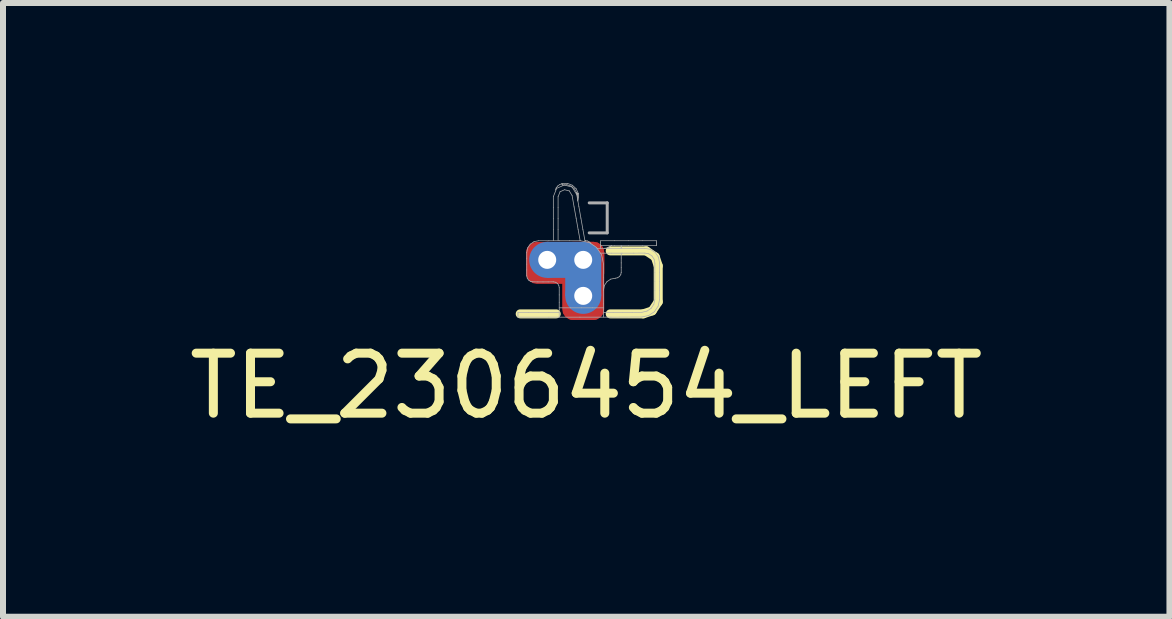
<source format=kicad_pcb>
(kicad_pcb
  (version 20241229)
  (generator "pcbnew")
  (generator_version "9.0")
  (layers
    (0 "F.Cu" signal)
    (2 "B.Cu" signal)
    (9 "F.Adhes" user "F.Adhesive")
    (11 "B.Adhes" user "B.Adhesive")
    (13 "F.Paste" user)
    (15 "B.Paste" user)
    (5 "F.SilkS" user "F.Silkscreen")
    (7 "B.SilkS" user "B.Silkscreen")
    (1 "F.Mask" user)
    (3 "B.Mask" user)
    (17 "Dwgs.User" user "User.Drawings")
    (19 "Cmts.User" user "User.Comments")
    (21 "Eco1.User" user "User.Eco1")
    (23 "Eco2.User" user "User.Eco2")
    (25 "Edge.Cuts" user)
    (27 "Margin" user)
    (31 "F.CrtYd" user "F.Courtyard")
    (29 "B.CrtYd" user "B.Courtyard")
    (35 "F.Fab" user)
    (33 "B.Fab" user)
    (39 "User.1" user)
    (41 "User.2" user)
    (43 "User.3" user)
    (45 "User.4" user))
  (footprint "TE_2306454_LEFT"
    (layer "F.Cu")
    (at 6.67 1.431)
    (property "Reference" "TE_2306454_LEFT" (at 0.05 1.95 0) (layer "F.SilkS") (effects (font (size 1 1) (thickness 0.15))))
    (attr through_hole)
    (fp_line (start -1.05 0.75) (end -0.45 0.75) (stroke (width 0.15) (type solid)) (layer "F.SilkS"))
    (fp_line (start 0.45 0.75) (end 1 0.75) (stroke (width 0.15) (type solid)) (layer "F.SilkS"))
    (fp_line (start 1 0.75) (end 1.15 0.7) (stroke (width 0.15) (type solid)) (layer "F.SilkS"))
    (fp_line (start 1.05 -0.3) (end 0.45 -0.3) (stroke (width 0.15) (type solid)) (layer "F.SilkS"))
    (fp_line (start 1.15 0.7) (end 1.25 0.55) (stroke (width 0.15) (type solid)) (layer "F.SilkS"))
    (fp_line (start 1.2 -0.2) (end 1.05 -0.3) (stroke (width 0.15) (type solid)) (layer "F.SilkS"))
    (fp_line (start 1.25 -0.05) (end 1.2 -0.2) (stroke (width 0.15) (type solid)) (layer "F.SilkS"))
    (fp_line (start 1.25 0.55) (end 1.25 -0.05) (stroke (width 0.15) (type solid)) (layer "F.SilkS"))
    (fp_line (start -1.088 0.8) (end -1.088 0.78) (stroke (width 0.012) (type solid)) (layer "F.Fab"))
    (fp_line (start -1.088 0.741) (end -1.088 0.722) (stroke (width 0.012) (type solid)) (layer "F.Fab"))
    (fp_line (start -1.088 0.761) (end -1.088 0.741) (stroke (width 0.012) (type solid)) (layer "F.Fab"))
    (fp_line (start -1.088 0.78) (end -1.088 0.761) (stroke (width 0.012) (type solid)) (layer "F.Fab"))
    (fp_line (start -0.941 -0.274) (end -0.925 -0.35) (stroke (width 0.012) (type solid)) (layer "F.Fab"))
    (fp_line (start -0.941 -0.177) (end -0.941 -0.275) (stroke (width 0.012) (type solid)) (layer "F.Fab"))
    (fp_line (start -0.941 -0.079) (end -0.941 -0.177) (stroke (width 0.012) (type solid)) (layer "F.Fab"))
    (fp_line (start -0.941 0.116) (end -0.941 0.018) (stroke (width 0.012) (type solid)) (layer "F.Fab"))
    (fp_line (start -0.941 0.018) (end -0.941 -0.079) (stroke (width 0.012) (type solid)) (layer "F.Fab"))
    (fp_line (start -0.933 0.155) (end -0.941 0.116) (stroke (width 0.012) (type solid)) (layer "F.Fab"))
    (fp_line (start -0.925 -0.35) (end -0.883 -0.412) (stroke (width 0.012) (type solid)) (layer "F.Fab"))
    (fp_line (start -0.916 0.727) (end -1.088 0.727) (stroke (width 0.012) (type solid)) (layer "F.Fab"))
    (fp_line (start -0.912 0.186) (end -0.933 0.155) (stroke (width 0.012) (type solid)) (layer "F.Fab"))
    (fp_line (start -0.883 -0.412) (end -0.82 -0.454) (stroke (width 0.012) (type solid)) (layer "F.Fab"))
    (fp_line (start -0.88 0.207) (end -0.912 0.186) (stroke (width 0.012) (type solid)) (layer "F.Fab"))
    (fp_line (start -0.842 0.216) (end -0.88 0.207) (stroke (width 0.012) (type solid)) (layer "F.Fab"))
    (fp_line (start -0.82 -0.454) (end -0.744 -0.469) (stroke (width 0.012) (type solid)) (layer "F.Fab"))
    (fp_line (start -0.756 0.217) (end -0.842 0.216) (stroke (width 0.012) (type solid)) (layer "F.Fab"))
    (fp_line (start -0.744 -0.469) (end -0.572 -0.469) (stroke (width 0.012) (type solid)) (layer "F.Fab"))
    (fp_line (start -0.744 0.727) (end -0.916 0.727) (stroke (width 0.012) (type solid)) (layer "F.Fab"))
    (fp_line (start -0.67 0.217) (end -0.756 0.217) (stroke (width 0.012) (type solid)) (layer "F.Fab"))
    (fp_line (start -0.584 0.217) (end -0.67 0.217) (stroke (width 0.012) (type solid)) (layer "F.Fab"))
    (fp_line (start -0.572 -0.469) (end -0.4 -0.469) (stroke (width 0.012) (type solid)) (layer "F.Fab"))
    (fp_line (start -0.572 0.727) (end -0.744 0.727) (stroke (width 0.012) (type solid)) (layer "F.Fab"))
    (fp_line (start -0.572 0.805) (end -1.088 0.805) (stroke (width 0.012) (type solid)) (layer "F.Fab"))
    (fp_line (start -0.498 -1.203) (end -0.443 -1.342) (stroke (width 0.012) (type solid)) (layer "F.Fab"))
    (fp_line (start -0.498 0.216) (end -0.584 0.217) (stroke (width 0.012) (type solid)) (layer "F.Fab"))
    (fp_line (start -0.498 -1.02) (end -0.498 -1.203) (stroke (width 0.012) (type solid)) (layer "F.Fab"))
    (fp_line (start -0.498 -0.837) (end -0.498 -1.02) (stroke (width 0.012) (type solid)) (layer "F.Fab"))
    (fp_line (start -0.498 -0.653) (end -0.498 -0.837) (stroke (width 0.012) (type solid)) (layer "F.Fab"))
    (fp_line (start -0.498 -0.47) (end -0.498 -0.653) (stroke (width 0.012) (type solid)) (layer "F.Fab"))
    (fp_line (start -0.466 -1.313) (end -0.45 -1.35) (stroke (width 0.012) (type solid)) (layer "F.Fab"))
    (fp_line (start -0.46 0.223) (end -0.498 0.216) (stroke (width 0.012) (type solid)) (layer "F.Fab"))
    (fp_line (start -0.45 -1.35) (end -0.425 -1.381) (stroke (width 0.012) (type solid)) (layer "F.Fab"))
    (fp_line (start -0.443 -1.342) (end -0.318 -1.397) (stroke (width 0.012) (type solid)) (layer "F.Fab"))
    (fp_line (start -0.428 0.244) (end -0.46 0.223) (stroke (width 0.012) (type solid)) (layer "F.Fab"))
    (fp_line (start -0.425 -1.381) (end -0.392 -1.405) (stroke (width 0.012) (type solid)) (layer "F.Fab"))
    (fp_line (start -0.419 -1.202) (end -0.419 -1.02) (stroke (width 0.012) (type solid)) (layer "F.Fab"))
    (fp_line (start -0.419 -1.02) (end -0.419 -0.837) (stroke (width 0.012) (type solid)) (layer "F.Fab"))
    (fp_line (start -0.419 -0.837) (end -0.419 -0.653) (stroke (width 0.012) (type solid)) (layer "F.Fab"))
    (fp_line (start -0.419 -0.653) (end -0.419 -0.47) (stroke (width 0.012) (type solid)) (layer "F.Fab"))
    (fp_line (start -0.407 0.275) (end -0.428 0.244) (stroke (width 0.012) (type solid)) (layer "F.Fab"))
    (fp_line (start -0.4 0.649) (end -0.215 0.649) (stroke (width 0.012) (type solid)) (layer "F.Fab"))
    (fp_line (start -0.4 -0.469) (end -0.227 -0.469) (stroke (width 0.012) (type solid)) (layer "F.Fab"))
    (fp_line (start -0.4 0.8) (end -0.4 0.678) (stroke (width 0.012) (type solid)) (layer "F.Fab"))
    (fp_line (start -0.4 0.727) (end -0.572 0.727) (stroke (width 0.012) (type solid)) (layer "F.Fab"))
    (fp_line (start -0.4 0.312) (end -0.407 0.275) (stroke (width 0.012) (type solid)) (layer "F.Fab"))
    (fp_line (start -0.4 0.434) (end -0.4 0.312) (stroke (width 0.012) (type solid)) (layer "F.Fab"))
    (fp_line (start -0.4 0.556) (end -0.4 0.434) (stroke (width 0.012) (type solid)) (layer "F.Fab"))
    (fp_line (start -0.4 0.678) (end -0.4 0.556) (stroke (width 0.012) (type solid)) (layer "F.Fab"))
    (fp_line (start -0.392 -1.405) (end -0.354 -1.42) (stroke (width 0.012) (type solid)) (layer "F.Fab"))
    (fp_line (start -0.386 -1.285) (end -0.419 -1.202) (stroke (width 0.012) (type solid)) (layer "F.Fab"))
    (fp_line (start -0.354 -1.42) (end -0.353 -1.414) (stroke (width 0.012) (type solid)) (layer "F.Fab"))
    (fp_line (start -0.354 -1.422) (end -0.263 -1.425) (stroke (width 0.012) (type solid)) (layer "F.Fab"))
    (fp_line (start -0.353 -1.414) (end -0.352 -1.408) (stroke (width 0.012) (type solid)) (layer "F.Fab"))
    (fp_line (start -0.352 -1.408) (end -0.35 -1.402) (stroke (width 0.012) (type solid)) (layer "F.Fab"))
    (fp_line (start -0.35 -1.402) (end -0.349 -1.397) (stroke (width 0.012) (type solid)) (layer "F.Fab"))
    (fp_line (start -0.349 -1.399) (end -0.272 -1.402) (stroke (width 0.012) (type solid)) (layer "F.Fab"))
    (fp_line (start -0.318 -1.397) (end -0.186 -1.364) (stroke (width 0.012) (type solid)) (layer "F.Fab"))
    (fp_line (start -0.311 -1.319) (end -0.386 -1.285) (stroke (width 0.012) (type solid)) (layer "F.Fab"))
    (fp_line (start -0.272 -1.402) (end -0.202 -1.379) (stroke (width 0.012) (type solid)) (layer "F.Fab"))
    (fp_line (start -0.263 -1.425) (end -0.182 -1.394) (stroke (width 0.012) (type solid)) (layer "F.Fab"))
    (fp_line (start -0.232 -1.299) (end -0.311 -1.319) (stroke (width 0.012) (type solid)) (layer "F.Fab"))
    (fp_line (start -0.227 -0.469) (end -0.055 -0.469) (stroke (width 0.012) (type solid)) (layer "F.Fab"))
    (fp_line (start -0.215 0.649) (end -0.031 0.649) (stroke (width 0.012) (type solid)) (layer "F.Fab"))
    (fp_line (start -0.202 -1.379) (end -0.145 -1.332) (stroke (width 0.012) (type solid)) (layer "F.Fab"))
    (fp_line (start -0.186 -1.364) (end -0.107 -1.236) (stroke (width 0.012) (type solid)) (layer "F.Fab"))
    (fp_line (start -0.185 -1.221) (end -0.232 -1.299) (stroke (width 0.012) (type solid)) (layer "F.Fab"))
    (fp_line (start -0.182 -1.394) (end -0.118 -1.335) (stroke (width 0.012) (type solid)) (layer "F.Fab"))
    (fp_line (start -0.152 -1.032) (end -0.185 -1.221) (stroke (width 0.012) (type solid)) (layer "F.Fab"))
    (fp_line (start -0.145 -1.332) (end -0.108 -1.265) (stroke (width 0.012) (type solid)) (layer "F.Fab"))
    (fp_line (start -0.118 -0.844) (end -0.152 -1.032) (stroke (width 0.012) (type solid)) (layer "F.Fab"))
    (fp_line (start -0.118 -1.335) (end -0.08 -1.253) (stroke (width 0.012) (type solid)) (layer "F.Fab"))
    (fp_line (start -0.107 -1.234) (end -0.073 -1.041) (stroke (width 0.012) (type solid)) (layer "F.Fab"))
    (fp_line (start -0.107 -1.266) (end -0.107 -1.265) (stroke (width 0.012) (type solid)) (layer "F.Fab"))
    (fp_line (start -0.107 -1.265) (end -0.106 -1.265) (stroke (width 0.012) (type solid)) (layer "F.Fab"))
    (fp_line (start -0.106 -1.265) (end -0.106 -1.264) (stroke (width 0.012) (type solid)) (layer "F.Fab"))
    (fp_line (start -0.106 -1.264) (end -0.106 -1.264) (stroke (width 0.012) (type solid)) (layer "F.Fab"))
    (fp_line (start -0.106 -1.263) (end -0.105 -1.261) (stroke (width 0.012) (type solid)) (layer "F.Fab"))
    (fp_line (start -0.105 -1.261) (end -0.105 -1.259) (stroke (width 0.012) (type solid)) (layer "F.Fab"))
    (fp_line (start -0.105 -1.259) (end -0.104 -1.257) (stroke (width 0.012) (type solid)) (layer "F.Fab"))
    (fp_line (start -0.104 -1.257) (end -0.104 -1.255) (stroke (width 0.012) (type solid)) (layer "F.Fab"))
    (fp_line (start -0.104 -1.255) (end -0.103 -1.252) (stroke (width 0.012) (type solid)) (layer "F.Fab"))
    (fp_line (start -0.103 -1.252) (end -0.102 -1.249) (stroke (width 0.012) (type solid)) (layer "F.Fab"))
    (fp_line (start -0.102 -1.249) (end -0.102 -1.246) (stroke (width 0.012) (type solid)) (layer "F.Fab"))
    (fp_line (start -0.102 -1.246) (end -0.101 -1.243) (stroke (width 0.012) (type solid)) (layer "F.Fab"))
    (fp_line (start -0.101 -1.241) (end -0.101 -1.242) (stroke (width 0.012) (type solid)) (layer "F.Fab"))
    (fp_line (start -0.101 -1.24) (end -0.101 -1.241) (stroke (width 0.012) (type solid)) (layer "F.Fab"))
    (fp_line (start -0.101 -1.239) (end -0.101 -1.24) (stroke (width 0.012) (type solid)) (layer "F.Fab"))
    (fp_line (start -0.1 -1.238) (end -0.101 -1.239) (stroke (width 0.012) (type solid)) (layer "F.Fab"))
    (fp_line (start -0.1 -1.258) (end -0.107 -1.261) (stroke (width 0.012) (type solid)) (layer "F.Fab"))
    (fp_line (start -0.1 -1.233) (end -0.1 -1.236) (stroke (width 0.012) (type solid)) (layer "F.Fab"))
    (fp_line (start -0.099 -1.23) (end -0.1 -1.233) (stroke (width 0.012) (type solid)) (layer "F.Fab"))
    (fp_line (start -0.099 -1.227) (end -0.099 -1.23) (stroke (width 0.012) (type solid)) (layer "F.Fab"))
    (fp_line (start -0.098 -1.224) (end -0.099 -1.227) (stroke (width 0.012) (type solid)) (layer "F.Fab"))
    (fp_line (start -0.095 -1.207) (end -0.098 -1.222) (stroke (width 0.012) (type solid)) (layer "F.Fab"))
    (fp_line (start -0.094 -1.255) (end -0.1 -1.258) (stroke (width 0.012) (type solid)) (layer "F.Fab"))
    (fp_line (start -0.093 -1.191) (end -0.095 -1.207) (stroke (width 0.012) (type solid)) (layer "F.Fab"))
    (fp_line (start -0.09 -1.175) (end -0.093 -1.191) (stroke (width 0.012) (type solid)) (layer "F.Fab"))
    (fp_line (start -0.09 -1.145) (end -0.089 -1.153) (stroke (width 0.012) (type solid)) (layer "F.Fab"))
    (fp_line (start -0.09 -1.137) (end -0.09 -1.145) (stroke (width 0.012) (type solid)) (layer "F.Fab"))
    (fp_line (start -0.089 -1.153) (end -0.087 -1.161) (stroke (width 0.012) (type solid)) (layer "F.Fab"))
    (fp_line (start -0.089 -1.129) (end -0.09 -1.137) (stroke (width 0.012) (type solid)) (layer "F.Fab"))
    (fp_line (start -0.087 -1.16) (end -0.09 -1.175) (stroke (width 0.012) (type solid)) (layer "F.Fab"))
    (fp_line (start -0.087 -1.252) (end -0.094 -1.255) (stroke (width 0.012) (type solid)) (layer "F.Fab"))
    (fp_line (start -0.085 -0.656) (end -0.118 -0.844) (stroke (width 0.012) (type solid)) (layer "F.Fab"))
    (fp_line (start -0.082 -1.185) (end -0.087 -1.162) (stroke (width 0.012) (type solid)) (layer "F.Fab"))
    (fp_line (start -0.08 -1.249) (end -0.087 -1.252) (stroke (width 0.012) (type solid)) (layer "F.Fab"))
    (fp_line (start -0.08 -1.253) (end -0.079 -1.23) (stroke (width 0.012) (type solid)) (layer "F.Fab"))
    (fp_line (start -0.079 -1.207) (end -0.082 -1.185) (stroke (width 0.012) (type solid)) (layer "F.Fab"))
    (fp_line (start -0.079 -1.23) (end -0.079 -1.207) (stroke (width 0.012) (type solid)) (layer "F.Fab"))
    (fp_line (start -0.073 -1.041) (end -0.039 -0.847) (stroke (width 0.012) (type solid)) (layer "F.Fab"))
    (fp_line (start -0.055 0.805) (end -0.572 0.805) (stroke (width 0.012) (type solid)) (layer "F.Fab"))
    (fp_line (start -0.055 -0.471) (end 0.098 -0.44) (stroke (width 0.012) (type solid)) (layer "F.Fab"))
    (fp_line (start -0.051 -0.468) (end -0.085 -0.656) (stroke (width 0.012) (type solid)) (layer "F.Fab"))
    (fp_line (start -0.039 -0.847) (end -0.005 -0.654) (stroke (width 0.012) (type solid)) (layer "F.Fab"))
    (fp_line (start -0.031 0.649) (end 0.154 0.649) (stroke (width 0.012) (type solid)) (layer "F.Fab"))
    (fp_line (start -0.005 -0.654) (end 0.03 -0.461) (stroke (width 0.012) (type solid)) (layer "F.Fab"))
    (fp_line (start 0.033 -0.469) (end 0.03 -0.469) (stroke (width 0.012) (type solid)) (layer "F.Fab"))
    (fp_line (start 0.036 -0.469) (end 0.033 -0.469) (stroke (width 0.012) (type solid)) (layer "F.Fab"))
    (fp_line (start 0.04 -0.469) (end 0.036 -0.469) (stroke (width 0.012) (type solid)) (layer "F.Fab"))
    (fp_line (start 0.043 -0.469) (end 0.069 -0.466) (stroke (width 0.012) (type solid)) (layer "F.Fab"))
    (fp_line (start 0.043 -0.469) (end 0.04 -0.469) (stroke (width 0.012) (type solid)) (layer "F.Fab"))
    (fp_line (start 0.069 -0.466) (end 0.093 -0.456) (stroke (width 0.012) (type solid)) (layer "F.Fab"))
    (fp_line (start 0.093 -0.456) (end 0.113 -0.44) (stroke (width 0.012) (type solid)) (layer "F.Fab"))
    (fp_line (start 0.098 -0.44) (end 0.223 -0.356) (stroke (width 0.012) (type solid)) (layer "F.Fab"))
    (fp_line (start 0.1 -1.1) (end 0.4 -1.1) (stroke (width 0.05) (type solid)) (layer "F.Fab"))
    (fp_line (start 0.1 -0.6) (end 0.4 -0.6) (stroke (width 0.05) (type solid)) (layer "F.Fab"))
    (fp_line (start 0.113 -0.44) (end 0.129 -0.419) (stroke (width 0.012) (type solid)) (layer "F.Fab"))
    (fp_line (start 0.154 0.649) (end 0.338 0.649) (stroke (width 0.012) (type solid)) (layer "F.Fab"))
    (fp_line (start 0.223 -0.356) (end 0.307 -0.232) (stroke (width 0.012) (type solid)) (layer "F.Fab"))
    (fp_line (start 0.229 -0.34) (end 0.428 -0.34) (stroke (width 0.012) (type solid)) (layer "F.Fab"))
    (fp_line (start 0.286 -0.262) (end 0.471 -0.262) (stroke (width 0.012) (type solid)) (layer "F.Fab"))
    (fp_line (start 0.289 -0.435) (end 0.289 -0.467) (stroke (width 0.012) (type solid)) (layer "F.Fab"))
    (fp_line (start 0.289 -0.404) (end 0.289 -0.435) (stroke (width 0.012) (type solid)) (layer "F.Fab"))
    (fp_line (start 0.289 -0.372) (end 0.289 -0.404) (stroke (width 0.012) (type solid)) (layer "F.Fab"))
    (fp_line (start 0.289 -0.34) (end 0.289 -0.372) (stroke (width 0.012) (type solid)) (layer "F.Fab"))
    (fp_line (start 0.307 -0.232) (end 0.338 -0.08) (stroke (width 0.012) (type solid)) (layer "F.Fab"))
    (fp_line (start 0.338 0.803) (end 0.338 0.583) (stroke (width 0.012) (type solid)) (layer "F.Fab"))
    (fp_line (start 0.338 0.351) (end 0.354 0.275) (stroke (width 0.012) (type solid)) (layer "F.Fab"))
    (fp_line (start 0.338 0.143) (end 0.338 -0.076) (stroke (width 0.012) (type solid)) (layer "F.Fab"))
    (fp_line (start 0.338 0.363) (end 0.338 0.143) (stroke (width 0.012) (type solid)) (layer "F.Fab"))
    (fp_line (start 0.338 0.583) (end 0.338 0.363) (stroke (width 0.012) (type solid)) (layer "F.Fab"))
    (fp_line (start 0.354 0.275) (end 0.396 0.213) (stroke (width 0.012) (type solid)) (layer "F.Fab"))
    (fp_line (start 0.385 -0.346) (end 0.351 -0.343) (stroke (width 0.012) (type solid)) (layer "F.Fab"))
    (fp_line (start 0.396 0.213) (end 0.458 0.171) (stroke (width 0.012) (type solid)) (layer "F.Fab"))
    (fp_line (start 0.4 -1.1) (end 0.4 -0.6) (stroke (width 0.05) (type solid)) (layer "F.Fab"))
    (fp_line (start 0.417 -0.355) (end 0.385 -0.346) (stroke (width 0.012) (type solid)) (layer "F.Fab"))
    (fp_line (start 0.428 -0.34) (end 0.628 -0.34) (stroke (width 0.012) (type solid)) (layer "F.Fab"))
    (fp_line (start 0.447 -0.37) (end 0.417 -0.355) (stroke (width 0.012) (type solid)) (layer "F.Fab"))
    (fp_line (start 0.458 0.171) (end 0.535 0.156) (stroke (width 0.012) (type solid)) (layer "F.Fab"))
    (fp_line (start 0.461 0.805) (end -0.055 0.805) (stroke (width 0.012) (type solid)) (layer "F.Fab"))
    (fp_line (start 0.471 -0.262) (end 0.656 -0.262) (stroke (width 0.012) (type solid)) (layer "F.Fab"))
    (fp_line (start 0.474 -0.391) (end 0.447 -0.37) (stroke (width 0.012) (type solid)) (layer "F.Fab"))
    (fp_line (start 0.498 0.727) (end 0.338 0.727) (stroke (width 0.012) (type solid)) (layer "F.Fab"))
    (fp_line (start 0.523 -0.469) (end 0.289 -0.469) (stroke (width 0.012) (type solid)) (layer "F.Fab"))
    (fp_line (start 0.523 -0.389) (end 0.289 -0.389) (stroke (width 0.012) (type solid)) (layer "F.Fab"))
    (fp_line (start 0.573 0.148) (end 0.535 0.156) (stroke (width 0.012) (type solid)) (layer "F.Fab"))
    (fp_line (start 0.604 0.127) (end 0.573 0.148) (stroke (width 0.012) (type solid)) (layer "F.Fab"))
    (fp_line (start 0.626 0.096) (end 0.604 0.127) (stroke (width 0.012) (type solid)) (layer "F.Fab"))
    (fp_line (start 0.628 -0.34) (end 0.827 -0.34) (stroke (width 0.012) (type solid)) (layer "F.Fab"))
    (fp_line (start 0.633 0.058) (end 0.626 0.096) (stroke (width 0.012) (type solid)) (layer "F.Fab"))
    (fp_line (start 0.633 -0.377) (end 0.633 -0.389) (stroke (width 0.012) (type solid)) (layer "F.Fab"))
    (fp_line (start 0.633 -0.364) (end 0.633 -0.377) (stroke (width 0.012) (type solid)) (layer "F.Fab"))
    (fp_line (start 0.633 -0.352) (end 0.633 -0.364) (stroke (width 0.012) (type solid)) (layer "F.Fab"))
    (fp_line (start 0.633 -0.181) (end 0.633 -0.262) (stroke (width 0.012) (type solid)) (layer "F.Fab"))
    (fp_line (start 0.633 -0.1) (end 0.633 -0.181) (stroke (width 0.012) (type solid)) (layer "F.Fab"))
    (fp_line (start 0.633 -0.02) (end 0.633 -0.1) (stroke (width 0.012) (type solid)) (layer "F.Fab"))
    (fp_line (start 0.633 0.061) (end 0.633 -0.02) (stroke (width 0.012) (type solid)) (layer "F.Fab"))
    (fp_line (start 0.633 -0.34) (end 0.633 -0.352) (stroke (width 0.012) (type solid)) (layer "F.Fab"))
    (fp_line (start 0.656 -0.262) (end 0.841 -0.262) (stroke (width 0.012) (type solid)) (layer "F.Fab"))
    (fp_line (start 0.658 0.727) (end 0.498 0.727) (stroke (width 0.012) (type solid)) (layer "F.Fab"))
    (fp_line (start 0.756 -0.469) (end 0.523 -0.469) (stroke (width 0.012) (type solid)) (layer "F.Fab"))
    (fp_line (start 0.756 -0.389) (end 0.523 -0.389) (stroke (width 0.012) (type solid)) (layer "F.Fab"))
    (fp_line (start 0.818 0.727) (end 0.658 0.727) (stroke (width 0.012) (type solid)) (layer "F.Fab"))
    (fp_line (start 0.827 -0.34) (end 1.027 -0.342) (stroke (width 0.012) (type solid)) (layer "F.Fab"))
    (fp_line (start 0.841 -0.262) (end 1.027 -0.263) (stroke (width 0.012) (type solid)) (layer "F.Fab"))
    (fp_line (start 0.978 0.802) (end 0.461 0.805) (stroke (width 0.012) (type solid)) (layer "F.Fab"))
    (fp_line (start 0.978 0.724) (end 0.818 0.727) (stroke (width 0.012) (type solid)) (layer "F.Fab"))
    (fp_line (start 0.99 -0.469) (end 0.756 -0.469) (stroke (width 0.012) (type solid)) (layer "F.Fab"))
    (fp_line (start 0.99 -0.389) (end 0.756 -0.389) (stroke (width 0.012) (type solid)) (layer "F.Fab"))
    (fp_line (start 1.027 -0.263) (end 1.092 -0.251) (stroke (width 0.012) (type solid)) (layer "F.Fab"))
    (fp_line (start 1.027 -0.342) (end 1.123 -0.325) (stroke (width 0.012) (type solid)) (layer "F.Fab"))
    (fp_line (start 1.062 0.704) (end 0.978 0.724) (stroke (width 0.012) (type solid)) (layer "F.Fab"))
    (fp_line (start 1.092 -0.251) (end 1.145 -0.215) (stroke (width 0.012) (type solid)) (layer "F.Fab"))
    (fp_line (start 1.092 0.776) (end 0.978 0.802) (stroke (width 0.012) (type solid)) (layer "F.Fab"))
    (fp_line (start 1.123 -0.325) (end 1.201 -0.272) (stroke (width 0.012) (type solid)) (layer "F.Fab"))
    (fp_line (start 1.131 0.658) (end 1.062 0.704) (stroke (width 0.012) (type solid)) (layer "F.Fab"))
    (fp_line (start 1.145 -0.215) (end 1.181 -0.162) (stroke (width 0.012) (type solid)) (layer "F.Fab"))
    (fp_line (start 1.177 0.59) (end 1.131 0.658) (stroke (width 0.012) (type solid)) (layer "F.Fab"))
    (fp_line (start 1.181 -0.162) (end 1.194 -0.096) (stroke (width 0.012) (type solid)) (layer "F.Fab"))
    (fp_line (start 1.186 0.714) (end 1.092 0.776) (stroke (width 0.012) (type solid)) (layer "F.Fab"))
    (fp_line (start 1.194 0.058) (end 1.194 0.209) (stroke (width 0.012) (type solid)) (layer "F.Fab"))
    (fp_line (start 1.194 -0.096) (end 1.194 0.058) (stroke (width 0.012) (type solid)) (layer "F.Fab"))
    (fp_line (start 1.194 0.209) (end 1.194 0.36) (stroke (width 0.012) (type solid)) (layer "F.Fab"))
    (fp_line (start 1.194 0.36) (end 1.194 0.509) (stroke (width 0.012) (type solid)) (layer "F.Fab"))
    (fp_line (start 1.194 0.509) (end 1.177 0.59) (stroke (width 0.012) (type solid)) (layer "F.Fab"))
    (fp_line (start 1.201 -0.272) (end 1.253 -0.195) (stroke (width 0.012) (type solid)) (layer "F.Fab"))
    (fp_line (start 1.223 -0.389) (end 0.99 -0.389) (stroke (width 0.012) (type solid)) (layer "F.Fab"))
    (fp_line (start 1.223 -0.469) (end 0.99 -0.469) (stroke (width 0.012) (type solid)) (layer "F.Fab"))
    (fp_line (start 1.223 -0.465) (end 1.223 -0.446) (stroke (width 0.012) (type solid)) (layer "F.Fab"))
    (fp_line (start 1.223 -0.446) (end 1.223 -0.426) (stroke (width 0.012) (type solid)) (layer "F.Fab"))
    (fp_line (start 1.223 -0.426) (end 1.223 -0.406) (stroke (width 0.012) (type solid)) (layer "F.Fab"))
    (fp_line (start 1.223 -0.406) (end 1.223 -0.387) (stroke (width 0.012) (type solid)) (layer "F.Fab"))
    (fp_line (start 1.249 0.62) (end 1.186 0.714) (stroke (width 0.012) (type solid)) (layer "F.Fab"))
    (fp_line (start 1.253 -0.195) (end 1.273 -0.097) (stroke (width 0.012) (type solid)) (layer "F.Fab"))
    (fp_line (start 1.273 0.209) (end 1.273 0.36) (stroke (width 0.012) (type solid)) (layer "F.Fab"))
    (fp_line (start 1.273 0.36) (end 1.273 0.509) (stroke (width 0.012) (type solid)) (layer "F.Fab"))
    (fp_line (start 1.273 0.509) (end 1.249 0.62) (stroke (width 0.012) (type solid)) (layer "F.Fab"))
    (fp_line (start 1.273 0.057) (end 1.273 0.209) (stroke (width 0.012) (type solid)) (layer "F.Fab"))
    (fp_line (start 1.273 -0.097) (end 1.273 0.057) (stroke (width 0.012) (type solid)) (layer "F.Fab"))
    (pad "1" smd roundrect (at -0.85 -0.1) (size 0.2 0.5) (layers "F.Cu" "F.Mask" "F.Paste") (roundrect_rratio 0.25))
    (pad "1" thru_hole circle (at -0.6 -0.15) (size 0.6 0.6) (drill 0.3) (layers "*.Cu" "*.Mask"))
    (pad "1" smd rect (at -0.3 -0.15) (size 0.6 0.6) (layers "B.Cu"))
    (pad "1" smd roundrect (at -0.3 -0.1) (size 1.3 0.7) (layers "F.Cu" "F.Mask" "F.Paste") (roundrect_rratio 0.25))
    (pad "1" thru_hole circle (at 0 -0.15) (size 0.6 0.6) (drill 0.3) (layers "*.Cu" "*.Mask"))
    (pad "1" smd rect (at 0 0.15) (size 0.6 0.6) (layers "B.Cu"))
    (pad "1" smd roundrect (at 0 0.2 270) (size 1.3 0.7) (layers "F.Cu" "F.Mask" "F.Paste") (roundrect_rratio 0.25))
    (pad "1" thru_hole circle (at 0 0.45) (size 0.6 0.6) (drill 0.3) (layers "*.Cu" "*.Mask"))
    (pad "1" smd roundrect (at 0 0.75 90) (size 0.2 0.5) (layers "F.Cu" "F.Mask" "F.Paste") (roundrect_rratio 0.25)))
  (gr_rect
    (start -3 -3)
    (end 16.44 7.229)
    (stroke (width 0.1) (type default))
    (fill no)
    (layer "Edge.Cuts")))
</source>
